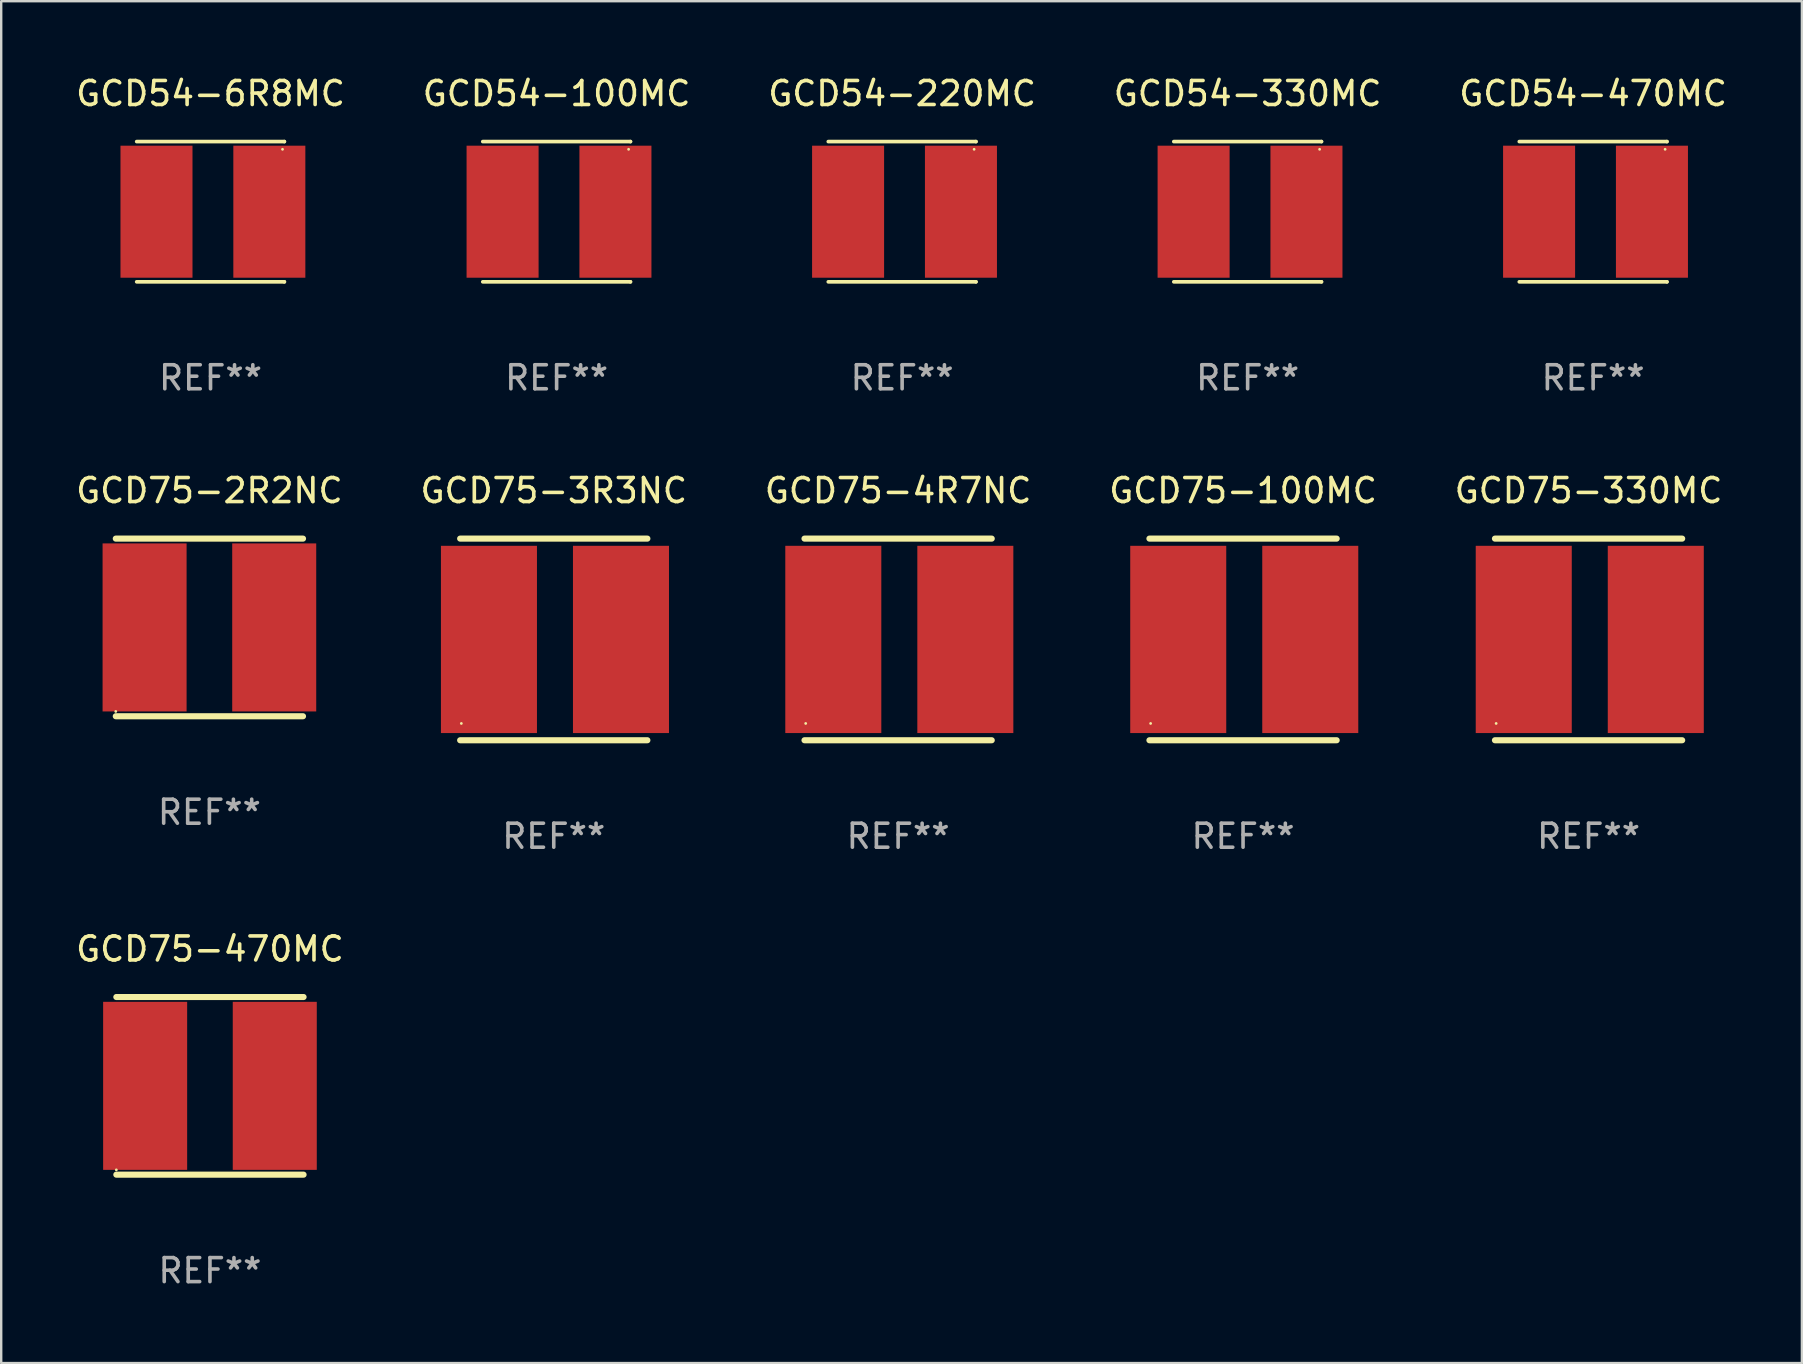
<source format=kicad_pcb>
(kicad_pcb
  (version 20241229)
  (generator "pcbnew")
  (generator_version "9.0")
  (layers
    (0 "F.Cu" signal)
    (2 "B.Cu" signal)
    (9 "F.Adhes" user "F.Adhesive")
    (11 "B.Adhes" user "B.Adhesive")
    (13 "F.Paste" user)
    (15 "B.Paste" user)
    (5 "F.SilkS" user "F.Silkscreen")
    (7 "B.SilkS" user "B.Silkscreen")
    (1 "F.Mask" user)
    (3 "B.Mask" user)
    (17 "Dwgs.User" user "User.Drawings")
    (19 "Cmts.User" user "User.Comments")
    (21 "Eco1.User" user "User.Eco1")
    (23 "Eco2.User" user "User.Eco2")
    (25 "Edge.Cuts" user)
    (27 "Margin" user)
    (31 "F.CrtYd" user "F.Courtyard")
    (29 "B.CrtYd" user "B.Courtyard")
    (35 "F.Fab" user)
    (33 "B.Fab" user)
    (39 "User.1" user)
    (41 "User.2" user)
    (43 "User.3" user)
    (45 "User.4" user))
  (footprint "GCD75-2R2NC"
    (layer "F.Cu")
    (at 5.673 23.087)
    (property "Reference" "GCD75-2R2NC" (at 0 -5.7 0) (layer "F.SilkS") (effects (font (size 1 1) (thickness 0.15))))
    (attr through_hole)
    (fp_line (start -3.9 -3.7) (end 3.9 -3.7) (stroke (width 0.254) (type solid)) (layer "F.SilkS"))
    (fp_line (start -3.9 3.7) (end 3.9 3.7) (stroke (width 0.254) (type solid)) (layer "F.SilkS"))
    (fp_circle (center -3.9 3.5) (end -3.87 3.5) (stroke (width 0.06) (type solid)) (fill no) (layer "F.SilkS"))
    (fp_text user "REF**" (at 0 7.7 0) (layer "F.Fab") (effects (font (size 1 1) (thickness 0.15))))
    (pad "1" smd rect (at -2.7 0) (size 3.5 7) (layers "F.Cu" "F.Mask" "F.Paste"))
    (pad "2" smd rect (at 2.7 0) (size 3.5 7) (layers "F.Cu" "F.Mask" "F.Paste")))
  (footprint "GCD75-100MC"
    (layer "F.Cu")
    (at 48.732 23.587)
    (property "Reference" "GCD75-100MC" (at 0 -6.2 0) (layer "F.SilkS") (effects (font (size 1 1) (thickness 0.15))))
    (attr through_hole)
    (fp_line (start -3.9 -4.2) (end 3.9 -4.2) (stroke (width 0.254) (type solid)) (layer "F.SilkS"))
    (fp_line (start -3.9 4.2) (end 3.9 4.2) (stroke (width 0.254) (type solid)) (layer "F.SilkS"))
    (fp_circle (center -3.85 3.5) (end -3.82 3.5) (stroke (width 0.06) (type solid)) (fill no) (layer "F.SilkS"))
    (fp_text user "REF**" (at 0 8.2 0) (layer "F.Fab") (effects (font (size 1 1) (thickness 0.15))))
    (pad "1" smd rect (at -2.7 0) (size 4 7.8) (layers "F.Cu" "F.Mask" "F.Paste"))
    (pad "2" smd rect (at 2.8 0) (size 4 7.8) (layers "F.Cu" "F.Mask" "F.Paste")))
  (footprint "GCD54-100MC"
    (layer "F.Cu")
    (at 20.137 5.769)
    (property "Reference" "GCD54-100MC" (at 0 -4.921 0) (layer "F.SilkS") (effects (font (size 1 1) (thickness 0.15))))
    (attr through_hole)
    (fp_line (start -3.076 2.921) (end 3.076 2.921) (stroke (width 0.152) (type solid)) (layer "F.SilkS"))
    (fp_line (start -3.076 -2.921) (end 3.076 -2.921) (stroke (width 0.152) (type solid)) (layer "F.SilkS"))
    (fp_line (start 3.076 2.921) (end 3.076 2.921) (stroke (width 0.152) (type solid)) (layer "F.SilkS"))
    (fp_line (start 3.076 -2.921) (end 3.076 -2.921) (stroke (width 0.152) (type solid)) (layer "F.SilkS"))
    (fp_circle (center 2.999 -2.6) (end 3.029 -2.6) (stroke (width 0.06) (type solid)) (fill no) (layer "F.SilkS"))
    (fp_text user "REF**" (at 0 6.921 0) (layer "F.Fab") (effects (font (size 1 1) (thickness 0.15))))
    (pad "1" smd rect (at 2.45 -0.000013) (size 3 5.5) (layers "F.Cu" "F.Mask" "F.Paste"))
    (pad "2" smd rect (at -2.251 -0.000013) (size 3 5.5) (layers "F.Cu" "F.Mask" "F.Paste")))
  (footprint "GCD54-470MC"
    (layer "F.Cu")
    (at 63.315 5.769)
    (property "Reference" "GCD54-470MC" (at 0 -4.921 0) (layer "F.SilkS") (effects (font (size 1 1) (thickness 0.15))))
    (attr through_hole)
    (fp_line (start -3.076 2.921) (end 3.076 2.921) (stroke (width 0.152) (type solid)) (layer "F.SilkS"))
    (fp_line (start -3.076 -2.921) (end 3.076 -2.921) (stroke (width 0.152) (type solid)) (layer "F.SilkS"))
    (fp_line (start 3.076 2.921) (end 3.076 2.921) (stroke (width 0.152) (type solid)) (layer "F.SilkS"))
    (fp_line (start 3.076 -2.921) (end 3.076 -2.921) (stroke (width 0.152) (type solid)) (layer "F.SilkS"))
    (fp_circle (center 2.999 -2.6) (end 3.029 -2.6) (stroke (width 0.06) (type solid)) (fill no) (layer "F.SilkS"))
    (fp_text user "REF**" (at 0 6.921 0) (layer "F.Fab") (effects (font (size 1 1) (thickness 0.15))))
    (pad "1" smd rect (at 2.45 -0.000013) (size 3 5.5) (layers "F.Cu" "F.Mask" "F.Paste"))
    (pad "2" smd rect (at -2.251 -0.000013) (size 3 5.5) (layers "F.Cu" "F.Mask" "F.Paste")))
  (footprint "GCD54-6R8MC"
    (layer "F.Cu")
    (at 5.72 5.769)
    (property "Reference" "GCD54-6R8MC" (at 0 -4.921 0) (layer "F.SilkS") (effects (font (size 1 1) (thickness 0.15))))
    (attr through_hole)
    (fp_line (start -3.076 2.921) (end 3.076 2.921) (stroke (width 0.152) (type solid)) (layer "F.SilkS"))
    (fp_line (start -3.076 -2.921) (end 3.076 -2.921) (stroke (width 0.152) (type solid)) (layer "F.SilkS"))
    (fp_line (start 3.076 2.921) (end 3.076 2.921) (stroke (width 0.152) (type solid)) (layer "F.SilkS"))
    (fp_line (start 3.076 -2.921) (end 3.076 -2.921) (stroke (width 0.152) (type solid)) (layer "F.SilkS"))
    (fp_circle (center 2.999 -2.6) (end 3.029 -2.6) (stroke (width 0.06) (type solid)) (fill no) (layer "F.SilkS"))
    (fp_text user "REF**" (at 0 6.921 0) (layer "F.Fab") (effects (font (size 1 1) (thickness 0.15))))
    (pad "1" smd rect (at 2.45 -0.000013) (size 3 5.5) (layers "F.Cu" "F.Mask" "F.Paste"))
    (pad "2" smd rect (at -2.251 -0.000013) (size 3 5.5) (layers "F.Cu" "F.Mask" "F.Paste")))
  (footprint "GCD75-470MC"
    (layer "F.Cu")
    (at 5.696 42.183)
    (property "Reference" "GCD75-470MC" (at 0 -5.7 0) (layer "F.SilkS") (effects (font (size 1 1) (thickness 0.15))))
    (attr through_hole)
    (fp_line (start -3.9 -3.7) (end 3.9 -3.7) (stroke (width 0.254) (type solid)) (layer "F.SilkS"))
    (fp_line (start -3.9 3.7) (end 3.9 3.7) (stroke (width 0.254) (type solid)) (layer "F.SilkS"))
    (fp_circle (center -3.9 3.5) (end -3.87 3.5) (stroke (width 0.06) (type solid)) (fill no) (layer "F.SilkS"))
    (fp_text user "REF**" (at 0 7.7 0) (layer "F.Fab") (effects (font (size 1 1) (thickness 0.15))))
    (pad "1" smd rect (at -2.7 0) (size 3.5 7) (layers "F.Cu" "F.Mask" "F.Paste"))
    (pad "2" smd rect (at 2.7 0) (size 3.5 7) (layers "F.Cu" "F.Mask" "F.Paste")))
  (footprint "GCD75-330MC"
    (layer "F.Cu")
    (at 63.125 23.587)
    (property "Reference" "GCD75-330MC" (at 0 -6.2 0) (layer "F.SilkS") (effects (font (size 1 1) (thickness 0.15))))
    (attr through_hole)
    (fp_line (start -3.9 -4.2) (end 3.9 -4.2) (stroke (width 0.254) (type solid)) (layer "F.SilkS"))
    (fp_line (start -3.9 4.2) (end 3.9 4.2) (stroke (width 0.254) (type solid)) (layer "F.SilkS"))
    (fp_circle (center -3.85 3.5) (end -3.82 3.5) (stroke (width 0.06) (type solid)) (fill no) (layer "F.SilkS"))
    (fp_text user "REF**" (at 0 8.2 0) (layer "F.Fab") (effects (font (size 1 1) (thickness 0.15))))
    (pad "1" smd rect (at -2.7 0) (size 4 7.8) (layers "F.Cu" "F.Mask" "F.Paste"))
    (pad "2" smd rect (at 2.8 0) (size 4 7.8) (layers "F.Cu" "F.Mask" "F.Paste")))
  (footprint "GCD54-330MC"
    (layer "F.Cu")
    (at 48.923 5.769)
    (property "Reference" "GCD54-330MC" (at 0 -4.921 0) (layer "F.SilkS") (effects (font (size 1 1) (thickness 0.15))))
    (attr through_hole)
    (fp_line (start -3.076 2.921) (end 3.076 2.921) (stroke (width 0.152) (type solid)) (layer "F.SilkS"))
    (fp_line (start -3.076 -2.921) (end 3.076 -2.921) (stroke (width 0.152) (type solid)) (layer "F.SilkS"))
    (fp_line (start 3.076 2.921) (end 3.076 2.921) (stroke (width 0.152) (type solid)) (layer "F.SilkS"))
    (fp_line (start 3.076 -2.921) (end 3.076 -2.921) (stroke (width 0.152) (type solid)) (layer "F.SilkS"))
    (fp_circle (center 2.999 -2.6) (end 3.029 -2.6) (stroke (width 0.06) (type solid)) (fill no) (layer "F.SilkS"))
    (fp_text user "REF**" (at 0 6.921 0) (layer "F.Fab") (effects (font (size 1 1) (thickness 0.15))))
    (pad "1" smd rect (at 2.45 -0.000013) (size 3 5.5) (layers "F.Cu" "F.Mask" "F.Paste"))
    (pad "2" smd rect (at -2.251 -0.000013) (size 3 5.5) (layers "F.Cu" "F.Mask" "F.Paste")))
  (footprint "GCD75-3R3NC"
    (layer "F.Cu")
    (at 20.018 23.587)
    (property "Reference" "GCD75-3R3NC" (at 0 -6.2 0) (layer "F.SilkS") (effects (font (size 1 1) (thickness 0.15))))
    (attr through_hole)
    (fp_line (start -3.9 -4.2) (end 3.9 -4.2) (stroke (width 0.254) (type solid)) (layer "F.SilkS"))
    (fp_line (start -3.9 4.2) (end 3.9 4.2) (stroke (width 0.254) (type solid)) (layer "F.SilkS"))
    (fp_circle (center -3.85 3.5) (end -3.82 3.5) (stroke (width 0.06) (type solid)) (fill no) (layer "F.SilkS"))
    (fp_text user "REF**" (at 0 8.2 0) (layer "F.Fab") (effects (font (size 1 1) (thickness 0.15))))
    (pad "1" smd rect (at -2.7 0) (size 4 7.8) (layers "F.Cu" "F.Mask" "F.Paste"))
    (pad "2" smd rect (at 2.8 0) (size 4 7.8) (layers "F.Cu" "F.Mask" "F.Paste")))
  (footprint "GCD75-4R7NC"
    (layer "F.Cu")
    (at 34.363 23.587)
    (property "Reference" "GCD75-4R7NC" (at 0 -6.2 0) (layer "F.SilkS") (effects (font (size 1 1) (thickness 0.15))))
    (attr through_hole)
    (fp_line (start -3.9 -4.2) (end 3.9 -4.2) (stroke (width 0.254) (type solid)) (layer "F.SilkS"))
    (fp_line (start -3.9 4.2) (end 3.9 4.2) (stroke (width 0.254) (type solid)) (layer "F.SilkS"))
    (fp_circle (center -3.85 3.5) (end -3.82 3.5) (stroke (width 0.06) (type solid)) (fill no) (layer "F.SilkS"))
    (fp_text user "REF**" (at 0 8.2 0) (layer "F.Fab") (effects (font (size 1 1) (thickness 0.15))))
    (pad "1" smd rect (at -2.7 0) (size 4 7.8) (layers "F.Cu" "F.Mask" "F.Paste"))
    (pad "2" smd rect (at 2.8 0) (size 4 7.8) (layers "F.Cu" "F.Mask" "F.Paste")))
  (footprint "GCD54-220MC"
    (layer "F.Cu")
    (at 34.53 5.769)
    (property "Reference" "GCD54-220MC" (at 0 -4.921 0) (layer "F.SilkS") (effects (font (size 1 1) (thickness 0.15))))
    (attr through_hole)
    (fp_line (start -3.076 2.921) (end 3.076 2.921) (stroke (width 0.152) (type solid)) (layer "F.SilkS"))
    (fp_line (start -3.076 -2.921) (end 3.076 -2.921) (stroke (width 0.152) (type solid)) (layer "F.SilkS"))
    (fp_line (start 3.076 2.921) (end 3.076 2.921) (stroke (width 0.152) (type solid)) (layer "F.SilkS"))
    (fp_line (start 3.076 -2.921) (end 3.076 -2.921) (stroke (width 0.152) (type solid)) (layer "F.SilkS"))
    (fp_circle (center 2.999 -2.6) (end 3.029 -2.6) (stroke (width 0.06) (type solid)) (fill no) (layer "F.SilkS"))
    (fp_text user "REF**" (at 0 6.921 0) (layer "F.Fab") (effects (font (size 1 1) (thickness 0.15))))
    (pad "1" smd rect (at 2.45 -0.000013) (size 3 5.5) (layers "F.Cu" "F.Mask" "F.Paste"))
    (pad "2" smd rect (at -2.251 -0.000013) (size 3 5.5) (layers "F.Cu" "F.Mask" "F.Paste")))
  (gr_rect
    (start -3 -3)
    (end 72.012 53.731)
    (stroke (width 0.1) (type default))
    (fill no)
    (layer "Edge.Cuts")))
</source>
